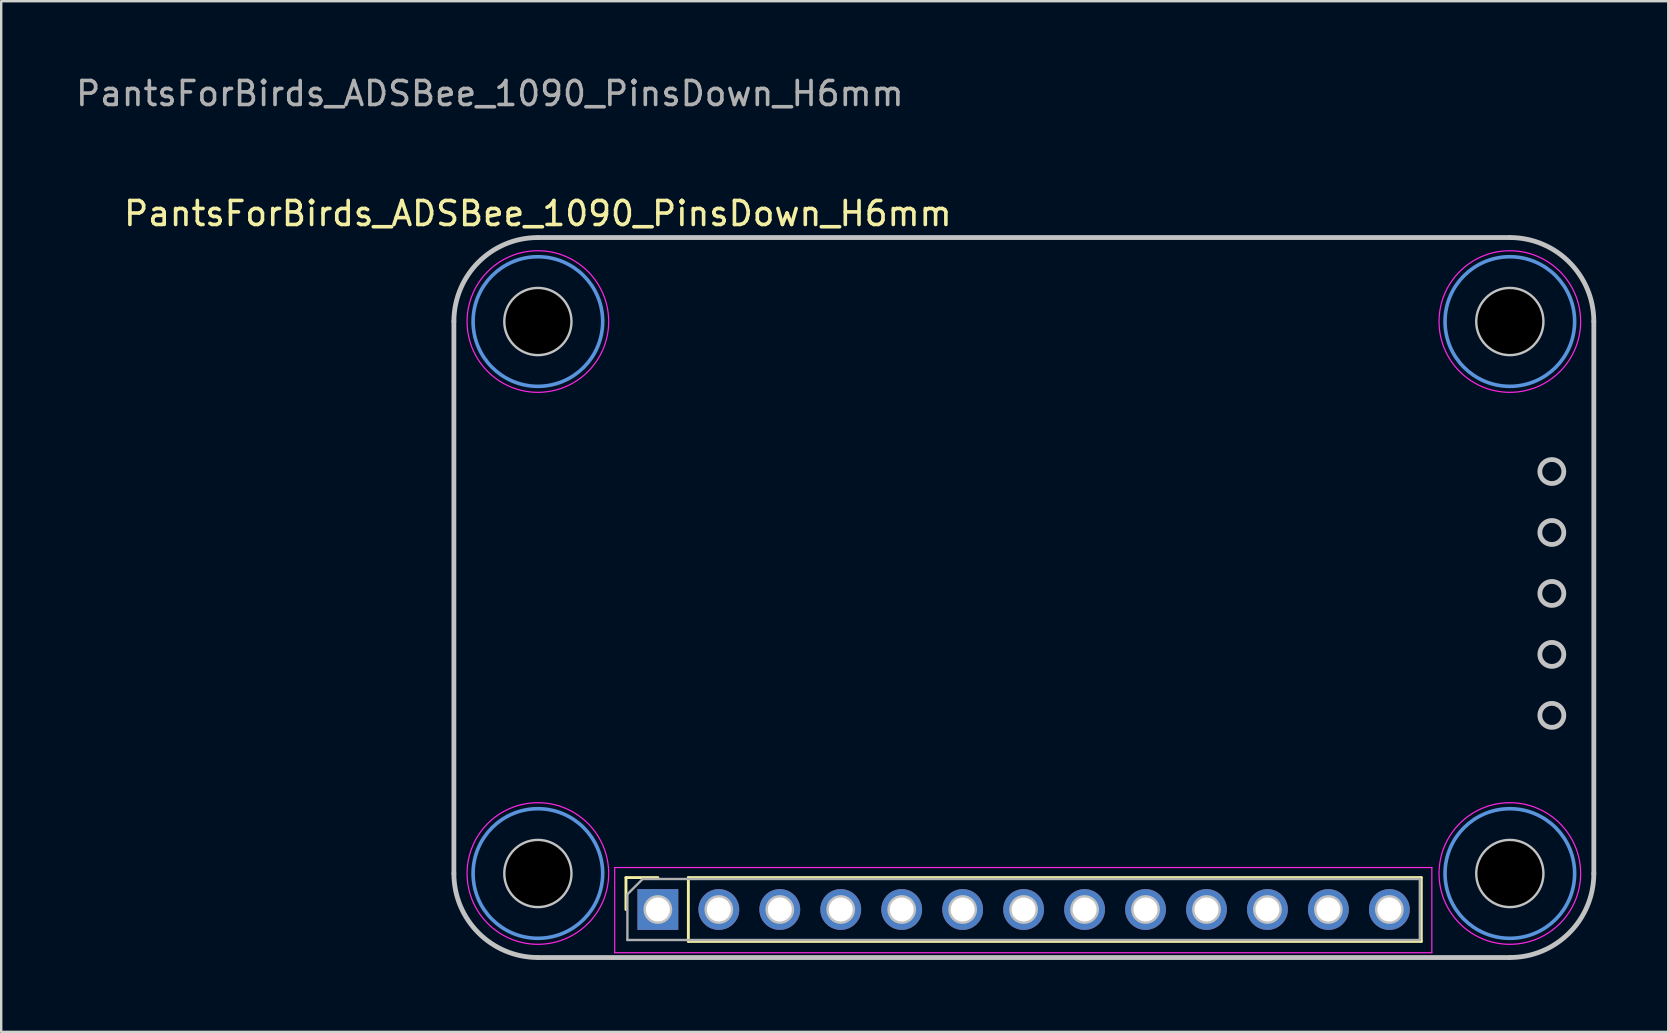
<source format=kicad_pcb>
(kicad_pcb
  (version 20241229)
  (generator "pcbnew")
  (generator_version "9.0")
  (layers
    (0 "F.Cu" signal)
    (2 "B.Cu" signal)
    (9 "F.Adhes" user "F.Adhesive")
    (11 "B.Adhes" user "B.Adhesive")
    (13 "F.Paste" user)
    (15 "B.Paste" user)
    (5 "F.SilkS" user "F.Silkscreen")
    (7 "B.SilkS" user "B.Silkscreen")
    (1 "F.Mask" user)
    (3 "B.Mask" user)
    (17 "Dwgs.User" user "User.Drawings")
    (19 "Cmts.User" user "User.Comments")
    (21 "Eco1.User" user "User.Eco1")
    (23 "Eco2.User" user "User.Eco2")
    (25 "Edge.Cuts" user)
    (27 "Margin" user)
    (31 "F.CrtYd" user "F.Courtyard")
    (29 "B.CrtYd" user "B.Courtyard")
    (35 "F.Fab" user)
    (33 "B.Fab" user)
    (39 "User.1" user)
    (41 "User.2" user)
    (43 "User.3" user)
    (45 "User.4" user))
  (footprint "PantsForBirds_ADSBee_1090_PinsDown_H6mm"
    (layer "F.Cu")
    (at 19.363 10.348)
    (property "Reference" "PantsForBirds_ADSBee_1090_PinsDown_H6mm" (at 0 -4.5 0) (unlocked yes) (layer "F.SilkS") (effects (font (size 1 1) (thickness 0.15))))
    (attr through_hole)
    (fp_line (start 3.67 23.17) (end 5 23.17) (stroke (width 0.12) (type solid)) (layer "F.SilkS"))
    (fp_line (start 3.67 24.5) (end 3.67 23.17) (stroke (width 0.12) (type solid)) (layer "F.SilkS"))
    (fp_line (start 6.27 23.17) (end 36.81 23.17) (stroke (width 0.12) (type solid)) (layer "F.SilkS"))
    (fp_line (start 6.27 25.83) (end 6.27 23.17) (stroke (width 0.12) (type solid)) (layer "F.SilkS"))
    (fp_line (start 6.27 25.83) (end 36.81 25.83) (stroke (width 0.12) (type solid)) (layer "F.SilkS"))
    (fp_line (start 36.81 25.83) (end 36.81 23.17) (stroke (width 0.12) (type solid)) (layer "F.SilkS"))
    (fp_line (start -3.5 23) (end -3.5 0) (stroke (width 0.2) (type default)) (layer "Dwgs.User"))
    (fp_line (start 0 -3.5) (end 40.5 -3.5) (stroke (width 0.2) (type default)) (layer "Dwgs.User"))
    (fp_line (start 40.5 26.5) (end 0 26.5) (stroke (width 0.2) (type default)) (layer "Dwgs.User"))
    (fp_line (start 44 0) (end 44 23) (stroke (width 0.2) (type default)) (layer "Dwgs.User"))
    (fp_arc (start -3.5 0) (mid -2.474874 -2.474874) (end 0 -3.5) (stroke (width 0.2) (type default)) (layer "Dwgs.User"))
    (fp_arc (start 0 26.5) (mid -2.474874 25.474874) (end -3.5 23) (stroke (width 0.2) (type default)) (layer "Dwgs.User"))
    (fp_arc (start 40.5 -3.5) (mid 42.974874 -2.474874) (end 44 0) (stroke (width 0.2) (type default)) (layer "Dwgs.User"))
    (fp_arc (start 44 23) (mid 42.974874 25.474874) (end 40.5 26.5) (stroke (width 0.2) (type default)) (layer "Dwgs.User"))
    (fp_circle (center 0 0) (end 1.35 0) (stroke (width 0.2) (type default)) (fill no) (layer "Dwgs.User"))
    (fp_circle (center 0 23) (end 1.35 23) (stroke (width 0.2) (type default)) (fill no) (layer "Dwgs.User"))
    (fp_circle (center 5 24.5) (end 5.5 24.5) (stroke (width 0.2) (type default)) (fill no) (layer "Dwgs.User"))
    (fp_circle (center 7.54 24.5) (end 8.04 24.5) (stroke (width 0.2) (type default)) (fill no) (layer "Dwgs.User"))
    (fp_circle (center 10.08 24.5) (end 10.58 24.5) (stroke (width 0.2) (type default)) (fill no) (layer "Dwgs.User"))
    (fp_circle (center 12.62 24.5) (end 13.12 24.5) (stroke (width 0.2) (type default)) (fill no) (layer "Dwgs.User"))
    (fp_circle (center 15.16 24.5) (end 15.66 24.5) (stroke (width 0.2) (type default)) (fill no) (layer "Dwgs.User"))
    (fp_circle (center 17.7 24.5) (end 18.2 24.5) (stroke (width 0.2) (type default)) (fill no) (layer "Dwgs.User"))
    (fp_circle (center 20.24 24.5) (end 20.74 24.5) (stroke (width 0.2) (type default)) (fill no) (layer "Dwgs.User"))
    (fp_circle (center 22.78 24.5) (end 23.28 24.5) (stroke (width 0.2) (type default)) (fill no) (layer "Dwgs.User"))
    (fp_circle (center 25.32 24.5) (end 25.82 24.5) (stroke (width 0.2) (type default)) (fill no) (layer "Dwgs.User"))
    (fp_circle (center 27.86 24.5) (end 28.36 24.5) (stroke (width 0.2) (type default)) (fill no) (layer "Dwgs.User"))
    (fp_circle (center 30.4 24.5) (end 30.9 24.5) (stroke (width 0.2) (type default)) (fill no) (layer "Dwgs.User"))
    (fp_circle (center 32.94 24.5) (end 33.44 24.5) (stroke (width 0.2) (type default)) (fill no) (layer "Dwgs.User"))
    (fp_circle (center 35.48 24.5) (end 35.98 24.5) (stroke (width 0.2) (type default)) (fill no) (layer "Dwgs.User"))
    (fp_circle (center 40.5 0) (end 41.85 0) (stroke (width 0.2) (type default)) (fill no) (layer "Dwgs.User"))
    (fp_circle (center 40.5 23) (end 41.85 23) (stroke (width 0.2) (type default)) (fill no) (layer "Dwgs.User"))
    (fp_circle (center 42.25 6.25) (end 42.75 6.25) (stroke (width 0.2) (type default)) (fill no) (layer "Dwgs.User"))
    (fp_circle (center 42.25 8.79) (end 42.75 8.79) (stroke (width 0.2) (type default)) (fill no) (layer "Dwgs.User"))
    (fp_circle (center 42.25 11.33) (end 42.75 11.33) (stroke (width 0.2) (type default)) (fill no) (layer "Dwgs.User"))
    (fp_circle (center 42.25 13.87) (end 42.75 13.87) (stroke (width 0.2) (type default)) (fill no) (layer "Dwgs.User"))
    (fp_circle (center 42.25 16.41) (end 42.75 16.41) (stroke (width 0.2) (type default)) (fill no) (layer "Dwgs.User"))
    (fp_circle (center 0 0) (end 2.7 0) (stroke (width 0.15) (type solid)) (fill no) (layer "Cmts.User"))
    (fp_circle (center 0 23) (end 2.7 23) (stroke (width 0.15) (type solid)) (fill no) (layer "Cmts.User"))
    (fp_circle (center 40.5 0) (end 43.2 0) (stroke (width 0.15) (type solid)) (fill no) (layer "Cmts.User"))
    (fp_circle (center 40.5 23) (end 43.2 23) (stroke (width 0.15) (type solid)) (fill no) (layer "Cmts.User"))
    (fp_line (start 3.2 22.75) (end 37.25 22.75) (stroke (width 0.05) (type solid)) (layer "F.CrtYd"))
    (fp_line (start 3.2 26.3) (end 3.2 22.75) (stroke (width 0.05) (type solid)) (layer "F.CrtYd"))
    (fp_line (start 37.25 22.75) (end 37.25 26.3) (stroke (width 0.05) (type solid)) (layer "F.CrtYd"))
    (fp_line (start 37.25 26.3) (end 3.2 26.3) (stroke (width 0.05) (type solid)) (layer "F.CrtYd"))
    (fp_circle (center 0 0) (end 2.95 0) (stroke (width 0.05) (type solid)) (fill no) (layer "F.CrtYd"))
    (fp_circle (center 0 23) (end 2.95 23) (stroke (width 0.05) (type solid)) (fill no) (layer "F.CrtYd"))
    (fp_circle (center 40.5 0) (end 43.45 0) (stroke (width 0.05) (type solid)) (fill no) (layer "F.CrtYd"))
    (fp_circle (center 40.5 23) (end 43.45 23) (stroke (width 0.05) (type solid)) (fill no) (layer "F.CrtYd"))
    (fp_line (start 3.73 23.865) (end 4.365 23.23) (stroke (width 0.1) (type solid)) (layer "F.Fab"))
    (fp_line (start 3.73 25.77) (end 3.73 23.865) (stroke (width 0.1) (type solid)) (layer "F.Fab"))
    (fp_line (start 4.365 23.23) (end 36.75 23.23) (stroke (width 0.1) (type solid)) (layer "F.Fab"))
    (fp_line (start 36.75 23.23) (end 36.75 25.77) (stroke (width 0.1) (type solid)) (layer "F.Fab"))
    (fp_line (start 36.75 25.77) (end 3.73 25.77) (stroke (width 0.1) (type solid)) (layer "F.Fab"))
    (fp_text user "${REFERENCE}" (at -2 -9.5 0) (unlocked yes) (layer "F.Fab") (effects (font (size 1 1) (thickness 0.15))))
    (pad "" np_thru_hole circle (at 0 0) (size 5 5) (drill 2.7) (layers "*.Mask"))
    (pad "" np_thru_hole circle (at 0 23) (size 5 5) (drill 2.7) (layers "*.Mask"))
    (pad "" np_thru_hole circle (at 40.5 0) (size 5 5) (drill 2.7) (layers "*.Mask"))
    (pad "" np_thru_hole circle (at 40.5 23) (size 5 5) (drill 2.7) (layers "*.Mask"))
    (pad "1" thru_hole rect (at 5 24.5 90) (size 1.7 1.7) (drill 1) (layers "*.Cu" "*.Mask"))
    (pad "2" thru_hole oval (at 7.54 24.5 90) (size 1.7 1.7) (drill 1) (layers "*.Cu" "*.Mask"))
    (pad "3" thru_hole oval (at 10.08 24.5 90) (size 1.7 1.7) (drill 1) (layers "*.Cu" "*.Mask"))
    (pad "4" thru_hole oval (at 12.62 24.5 90) (size 1.7 1.7) (drill 1) (layers "*.Cu" "*.Mask"))
    (pad "5" thru_hole oval (at 15.16 24.5 90) (size 1.7 1.7) (drill 1) (layers "*.Cu" "*.Mask"))
    (pad "6" thru_hole oval (at 17.7 24.5 90) (size 1.7 1.7) (drill 1) (layers "*.Cu" "*.Mask"))
    (pad "7" thru_hole oval (at 20.24 24.5 90) (size 1.7 1.7) (drill 1) (layers "*.Cu" "*.Mask"))
    (pad "8" thru_hole oval (at 22.78 24.5 90) (size 1.7 1.7) (drill 1) (layers "*.Cu" "*.Mask"))
    (pad "9" thru_hole oval (at 25.32 24.5 90) (size 1.7 1.7) (drill 1) (layers "*.Cu" "*.Mask"))
    (pad "10" thru_hole oval (at 27.86 24.5 90) (size 1.7 1.7) (drill 1) (layers "*.Cu" "*.Mask"))
    (pad "11" thru_hole oval (at 30.4 24.5 90) (size 1.7 1.7) (drill 1) (layers "*.Cu" "*.Mask"))
    (pad "12" thru_hole oval (at 32.94 24.5 90) (size 1.7 1.7) (drill 1) (layers "*.Cu" "*.Mask"))
    (pad "13" thru_hole oval (at 35.48 24.5 90) (size 1.7 1.7) (drill 1) (layers "*.Cu" "*.Mask"))
    (zone (net_name "") (layers "F.Cu" "B.Cu") (hatch edge 0.5) (connect_pads) (min_thickness 0.25) (filled_areas_thickness no) (keepout (tracks not_allowed) (vias not_allowed) (pads not_allowed) (copperpour not_allowed) (footprints not_allowed)) (placement (enabled no)) (fill) (polygon (pts (xy 22.063 10.348) (xy 22.043 10.023) (xy 21.985 9.702) (xy 21.888 9.391) (xy 21.754 9.093) (xy 21.585 8.814) (xy 21.384 8.558) (xy 21.154 8.327) (xy 20.897 8.126) (xy 20.618 7.958) (xy 20.321 7.824) (xy 20.009 7.727) (xy 19.689 7.668) (xy 19.363 7.648) (xy 19.038 7.668) (xy 18.717 7.727) (xy 18.406 7.824) (xy 18.108 7.958) (xy 17.829 8.126) (xy 17.573 8.327) (xy 17.342 8.558) (xy 17.141 8.814) (xy 16.972 9.093) (xy 16.839 9.391) (xy 16.742 9.702) (xy 16.683 10.023) (xy 16.663 10.348) (xy 16.683 10.674) (xy 16.742 10.994) (xy 16.839 11.306) (xy 16.972 11.603) (xy 17.141 11.882) (xy 17.342 12.139) (xy 17.573 12.369) (xy 17.829 12.57) (xy 18.108 12.739) (xy 18.406 12.873) (xy 18.717 12.97) (xy 19.038 13.029) (xy 19.363 13.048) (xy 19.689 13.029) (xy 20.009 12.97) (xy 20.321 12.873) (xy 20.618 12.739) (xy 20.897 12.57) (xy 21.154 12.369) (xy 21.384 12.139) (xy 21.585 11.882) (xy 21.754 11.603) (xy 21.888 11.306) (xy 21.985 10.994) (xy 22.043 10.674))))
    (zone (net_name "") (layers "F.Cu" "B.Cu") (hatch edge 0.5) (connect_pads) (min_thickness 0.25) (filled_areas_thickness no) (keepout (tracks not_allowed) (vias not_allowed) (pads not_allowed) (copperpour not_allowed) (footprints not_allowed)) (placement (enabled no)) (fill) (polygon (pts (xy 22.063 33.348) (xy 22.043 33.023) (xy 21.985 32.702) (xy 21.888 32.391) (xy 21.754 32.093) (xy 21.585 31.814) (xy 21.384 31.558) (xy 21.154 31.327) (xy 20.897 31.126) (xy 20.618 30.958) (xy 20.321 30.824) (xy 20.009 30.727) (xy 19.689 30.668) (xy 19.363 30.648) (xy 19.038 30.668) (xy 18.717 30.727) (xy 18.406 30.824) (xy 18.108 30.958) (xy 17.829 31.126) (xy 17.573 31.327) (xy 17.342 31.558) (xy 17.141 31.814) (xy 16.972 32.093) (xy 16.839 32.391) (xy 16.742 32.702) (xy 16.683 33.023) (xy 16.663 33.348) (xy 16.683 33.674) (xy 16.742 33.994) (xy 16.839 34.306) (xy 16.972 34.603) (xy 17.141 34.882) (xy 17.342 35.139) (xy 17.573 35.369) (xy 17.829 35.57) (xy 18.108 35.739) (xy 18.406 35.873) (xy 18.717 35.97) (xy 19.038 36.029) (xy 19.363 36.048) (xy 19.689 36.029) (xy 20.009 35.97) (xy 20.321 35.873) (xy 20.618 35.739) (xy 20.897 35.57) (xy 21.154 35.369) (xy 21.384 35.139) (xy 21.585 34.882) (xy 21.754 34.603) (xy 21.888 34.306) (xy 21.985 33.994) (xy 22.043 33.674))))
    (zone (net_name "") (layers "F.Cu" "B.Cu") (hatch edge 0.5) (connect_pads) (min_thickness 0.25) (filled_areas_thickness no) (keepout (tracks not_allowed) (vias not_allowed) (pads not_allowed) (copperpour not_allowed) (footprints not_allowed)) (placement (enabled no)) (fill) (polygon (pts (xy 62.563 10.348) (xy 62.543 10.023) (xy 62.485 9.702) (xy 62.388 9.391) (xy 62.254 9.093) (xy 62.085 8.814) (xy 61.884 8.558) (xy 61.654 8.327) (xy 61.397 8.126) (xy 61.118 7.958) (xy 60.821 7.824) (xy 60.509 7.727) (xy 60.189 7.668) (xy 59.863 7.648) (xy 59.538 7.668) (xy 59.217 7.727) (xy 58.906 7.824) (xy 58.608 7.958) (xy 58.329 8.126) (xy 58.073 8.327) (xy 57.842 8.558) (xy 57.641 8.814) (xy 57.472 9.093) (xy 57.339 9.391) (xy 57.242 9.702) (xy 57.183 10.023) (xy 57.163 10.348) (xy 57.183 10.674) (xy 57.242 10.994) (xy 57.339 11.306) (xy 57.472 11.603) (xy 57.641 11.882) (xy 57.842 12.139) (xy 58.073 12.369) (xy 58.329 12.57) (xy 58.608 12.739) (xy 58.906 12.873) (xy 59.217 12.97) (xy 59.538 13.029) (xy 59.863 13.048) (xy 60.189 13.029) (xy 60.509 12.97) (xy 60.821 12.873) (xy 61.118 12.739) (xy 61.397 12.57) (xy 61.654 12.369) (xy 61.884 12.139) (xy 62.085 11.882) (xy 62.254 11.603) (xy 62.388 11.306) (xy 62.485 10.994) (xy 62.543 10.674))))
    (zone (net_name "") (layers "F.Cu" "B.Cu") (hatch edge 0.5) (connect_pads) (min_thickness 0.25) (filled_areas_thickness no) (keepout (tracks not_allowed) (vias not_allowed) (pads not_allowed) (copperpour not_allowed) (footprints not_allowed)) (placement (enabled no)) (fill) (polygon (pts (xy 62.563 33.348) (xy 62.543 33.023) (xy 62.485 32.702) (xy 62.388 32.391) (xy 62.254 32.093) (xy 62.085 31.814) (xy 61.884 31.558) (xy 61.654 31.327) (xy 61.397 31.126) (xy 61.118 30.958) (xy 60.821 30.824) (xy 60.509 30.727) (xy 60.189 30.668) (xy 59.863 30.648) (xy 59.538 30.668) (xy 59.217 30.727) (xy 58.906 30.824) (xy 58.608 30.958) (xy 58.329 31.126) (xy 58.073 31.327) (xy 57.842 31.558) (xy 57.641 31.814) (xy 57.472 32.093) (xy 57.339 32.391) (xy 57.242 32.702) (xy 57.183 33.023) (xy 57.163 33.348) (xy 57.183 33.674) (xy 57.242 33.994) (xy 57.339 34.306) (xy 57.472 34.603) (xy 57.641 34.882) (xy 57.842 35.139) (xy 58.073 35.369) (xy 58.329 35.57) (xy 58.608 35.739) (xy 58.906 35.873) (xy 59.217 35.97) (xy 59.538 36.029) (xy 59.863 36.048) (xy 60.189 36.029) (xy 60.509 35.97) (xy 60.821 35.873) (xy 61.118 35.739) (xy 61.397 35.57) (xy 61.654 35.369) (xy 61.884 35.139) (xy 62.085 34.882) (xy 62.254 34.603) (xy 62.388 34.306) (xy 62.485 33.994) (xy 62.543 33.674)))))
  (gr_rect
    (start -3 -3)
    (end 66.463 39.948)
    (stroke (width 0.1) (type default))
    (fill no)
    (layer "Edge.Cuts")))
</source>
